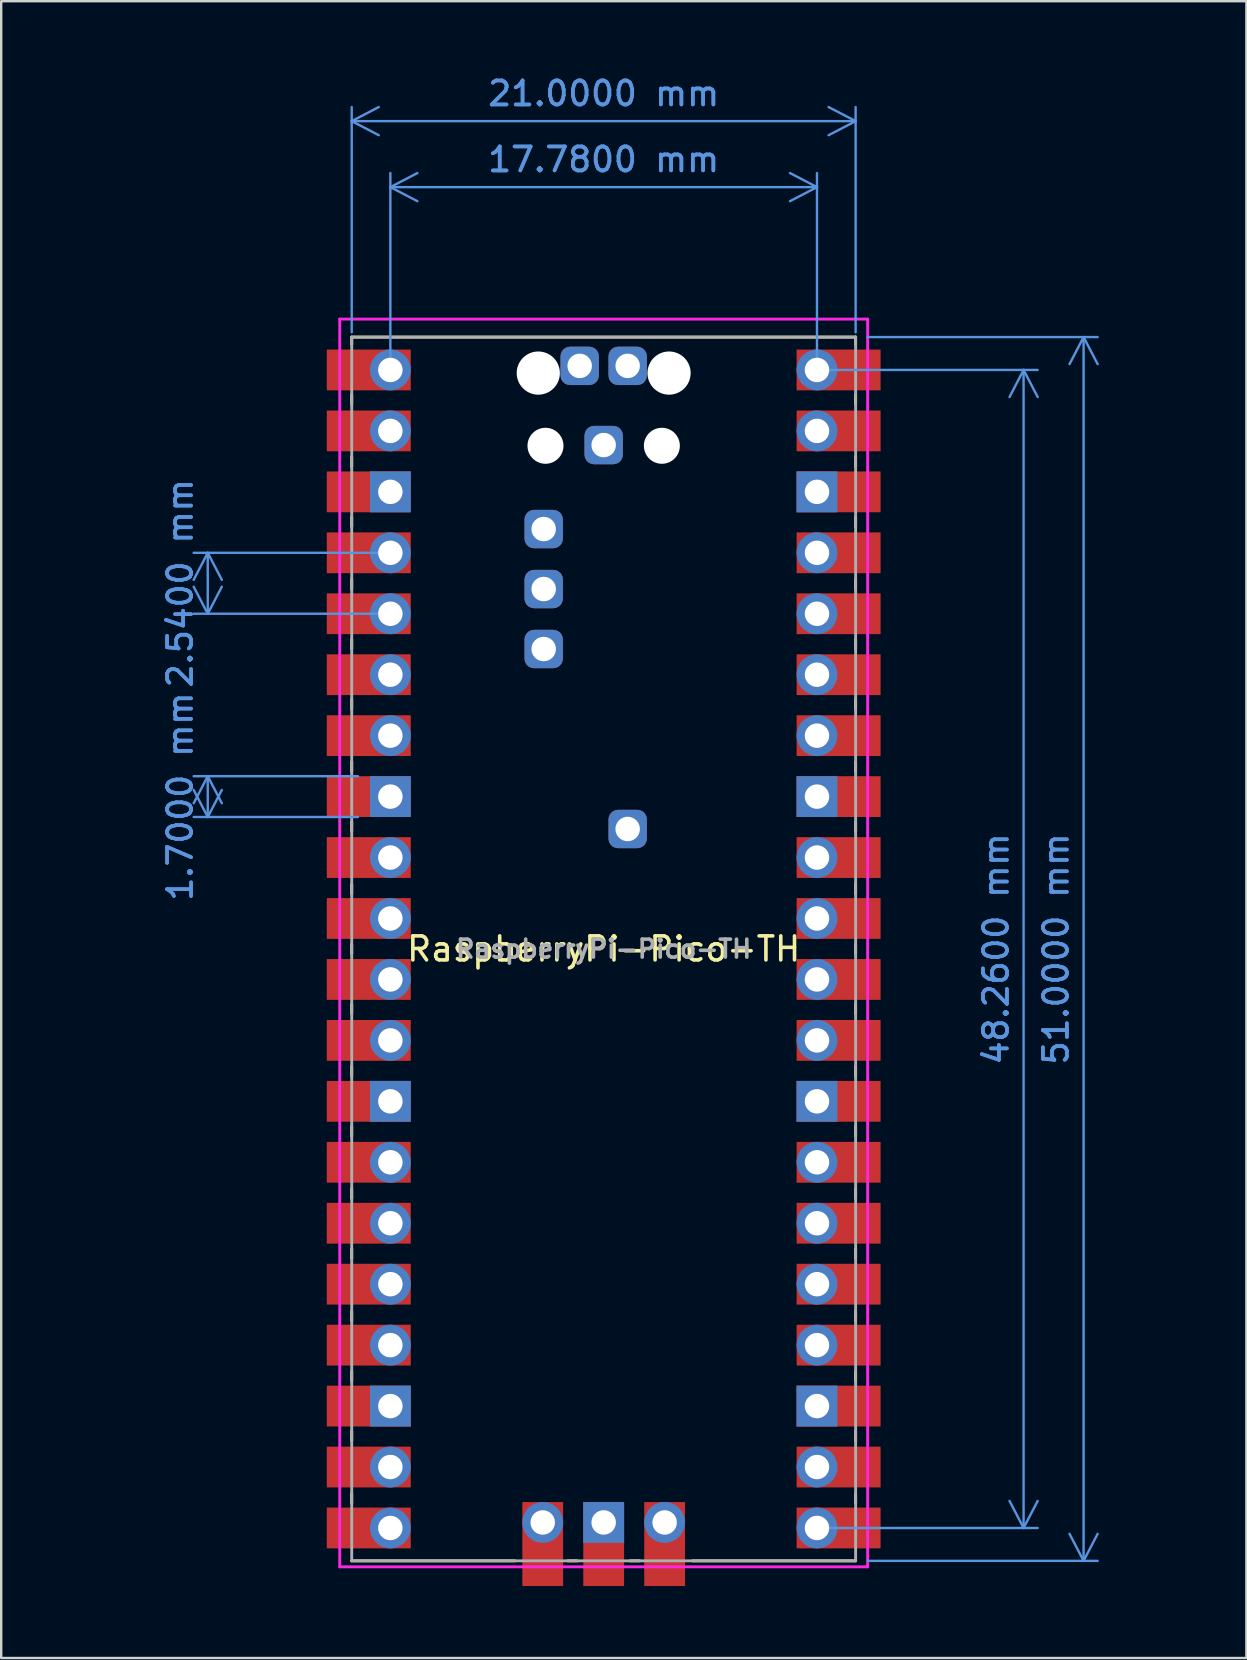
<source format=kicad_pcb>
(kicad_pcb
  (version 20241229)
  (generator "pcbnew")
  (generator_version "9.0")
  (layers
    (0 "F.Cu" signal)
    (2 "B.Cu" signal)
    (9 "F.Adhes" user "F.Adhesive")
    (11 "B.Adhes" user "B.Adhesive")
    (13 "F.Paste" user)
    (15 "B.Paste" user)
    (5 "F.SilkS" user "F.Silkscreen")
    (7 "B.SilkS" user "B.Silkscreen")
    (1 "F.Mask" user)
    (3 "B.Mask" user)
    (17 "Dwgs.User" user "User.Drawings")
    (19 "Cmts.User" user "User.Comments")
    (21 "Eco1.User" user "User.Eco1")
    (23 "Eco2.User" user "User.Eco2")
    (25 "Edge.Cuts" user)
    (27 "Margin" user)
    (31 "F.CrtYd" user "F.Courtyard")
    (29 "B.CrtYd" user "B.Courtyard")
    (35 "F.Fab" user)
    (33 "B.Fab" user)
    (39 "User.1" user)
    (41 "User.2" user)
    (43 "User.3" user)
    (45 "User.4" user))
  (footprint "RaspberryPi-Pico-TH"
    (layer "F.Cu")
    (at 11.608 61.998)
    (property "Reference" "RaspberryPi-Pico-TH" (at 10.5 -25.5 0) (layer "F.SilkS") (effects (font (size 1 1) (thickness 0.15))))
    (attr through_hole)
    (fp_line (start 0 -51) (end 0 -50.7) (stroke (width 0.12) (type solid)) (layer "F.SilkS"))
    (fp_line (start 0 -51) (end 21 -51) (stroke (width 0.12) (type solid)) (layer "F.SilkS"))
    (fp_line (start 0 -48.6) (end 0 -48.2) (stroke (width 0.12) (type solid)) (layer "F.SilkS"))
    (fp_line (start 0 -46) (end 0 -45.6) (stroke (width 0.12) (type solid)) (layer "F.SilkS"))
    (fp_line (start 0 -43.5) (end 0 -43.1) (stroke (width 0.12) (type solid)) (layer "F.SilkS"))
    (fp_line (start 0 -40.9) (end 0 -40.5) (stroke (width 0.12) (type solid)) (layer "F.SilkS"))
    (fp_line (start 0 -38.4) (end 0 -38) (stroke (width 0.12) (type solid)) (layer "F.SilkS"))
    (fp_line (start 0 -35.9) (end 0 -35.5) (stroke (width 0.12) (type solid)) (layer "F.SilkS"))
    (fp_line (start 0 -33.3) (end 0 -32.9) (stroke (width 0.12) (type solid)) (layer "F.SilkS"))
    (fp_line (start 0 -30.8) (end 0 -30.4) (stroke (width 0.12) (type solid)) (layer "F.SilkS"))
    (fp_line (start 0 -28.2) (end 0 -27.8) (stroke (width 0.12) (type solid)) (layer "F.SilkS"))
    (fp_line (start 0 -25.7) (end 0 -25.3) (stroke (width 0.12) (type solid)) (layer "F.SilkS"))
    (fp_line (start 0 -23.2) (end 0 -22.8) (stroke (width 0.12) (type solid)) (layer "F.SilkS"))
    (fp_line (start 0 -20.6) (end 0 -20.2) (stroke (width 0.12) (type solid)) (layer "F.SilkS"))
    (fp_line (start 0 -18.1) (end 0 -17.7) (stroke (width 0.12) (type solid)) (layer "F.SilkS"))
    (fp_line (start 0 -15.5) (end 0 -15.1) (stroke (width 0.12) (type solid)) (layer "F.SilkS"))
    (fp_line (start 0 -13) (end 0 -12.6) (stroke (width 0.12) (type solid)) (layer "F.SilkS"))
    (fp_line (start 0 -10.4) (end 0 -10) (stroke (width 0.12) (type solid)) (layer "F.SilkS"))
    (fp_line (start 0 -7.9) (end 0 -7.5) (stroke (width 0.12) (type solid)) (layer "F.SilkS"))
    (fp_line (start 0 -5.4) (end 0 -5) (stroke (width 0.12) (type solid)) (layer "F.SilkS"))
    (fp_line (start 0 -2.8) (end 0 -2.4) (stroke (width 0.12) (type solid)) (layer "F.SilkS"))
    (fp_line (start 6.8 0) (end 0 0) (stroke (width 0.12) (type solid)) (layer "F.SilkS"))
    (fp_line (start 9 0) (end 9.4 0) (stroke (width 0.12) (type solid)) (layer "F.SilkS"))
    (fp_line (start 11.6 0) (end 12 0) (stroke (width 0.12) (type solid)) (layer "F.SilkS"))
    (fp_line (start 21 -51) (end 21 -50.7) (stroke (width 0.12) (type solid)) (layer "F.SilkS"))
    (fp_line (start 21 -48.6) (end 21 -48.2) (stroke (width 0.12) (type solid)) (layer "F.SilkS"))
    (fp_line (start 21 -46) (end 21 -45.6) (stroke (width 0.12) (type solid)) (layer "F.SilkS"))
    (fp_line (start 21 -43.5) (end 21 -43.1) (stroke (width 0.12) (type solid)) (layer "F.SilkS"))
    (fp_line (start 21 -40.9) (end 21 -40.5) (stroke (width 0.12) (type solid)) (layer "F.SilkS"))
    (fp_line (start 21 -38.4) (end 21 -38) (stroke (width 0.12) (type solid)) (layer "F.SilkS"))
    (fp_line (start 21 -35.9) (end 21 -35.5) (stroke (width 0.12) (type solid)) (layer "F.SilkS"))
    (fp_line (start 21 -33.3) (end 21 -32.9) (stroke (width 0.12) (type solid)) (layer "F.SilkS"))
    (fp_line (start 21 -30.8) (end 21 -30.4) (stroke (width 0.12) (type solid)) (layer "F.SilkS"))
    (fp_line (start 21 -28.2) (end 21 -27.8) (stroke (width 0.12) (type solid)) (layer "F.SilkS"))
    (fp_line (start 21 -25.7) (end 21 -25.3) (stroke (width 0.12) (type solid)) (layer "F.SilkS"))
    (fp_line (start 21 -23.2) (end 21 -22.8) (stroke (width 0.12) (type solid)) (layer "F.SilkS"))
    (fp_line (start 21 -20.6) (end 21 -20.2) (stroke (width 0.12) (type solid)) (layer "F.SilkS"))
    (fp_line (start 21 -18.1) (end 21 -17.7) (stroke (width 0.12) (type solid)) (layer "F.SilkS"))
    (fp_line (start 21 -15.5) (end 21 -15.1) (stroke (width 0.12) (type solid)) (layer "F.SilkS"))
    (fp_line (start 21 -13) (end 21 -12.6) (stroke (width 0.12) (type solid)) (layer "F.SilkS"))
    (fp_line (start 21 -10.4) (end 21 -10) (stroke (width 0.12) (type solid)) (layer "F.SilkS"))
    (fp_line (start 21 -7.9) (end 21 -7.5) (stroke (width 0.12) (type solid)) (layer "F.SilkS"))
    (fp_line (start 21 -5.4) (end 21 -5) (stroke (width 0.12) (type solid)) (layer "F.SilkS"))
    (fp_line (start 21 -2.8) (end 21 -2.4) (stroke (width 0.12) (type solid)) (layer "F.SilkS"))
    (fp_line (start 21 0) (end 14.2 0) (stroke (width 0.12) (type solid)) (layer "F.SilkS"))
    (fp_line (start -0.5 -51.75) (end 21.5 -51.75) (stroke (width 0.12) (type solid)) (layer "F.CrtYd"))
    (fp_line (start -0.5 0.25) (end -0.5 -51.75) (stroke (width 0.12) (type solid)) (layer "F.CrtYd"))
    (fp_line (start 21.5 -51.75) (end 21.5 0.25) (stroke (width 0.12) (type solid)) (layer "F.CrtYd"))
    (fp_line (start 21.5 0.25) (end -0.5 0.25) (stroke (width 0.12) (type solid)) (layer "F.CrtYd"))
    (fp_line (start 0 -51) (end 21 -51) (stroke (width 0.12) (type solid)) (layer "F.Fab"))
    (fp_line (start 0 0) (end 0 -51) (stroke (width 0.12) (type solid)) (layer "F.Fab"))
    (fp_line (start 21 -51) (end 21 0) (stroke (width 0.12) (type solid)) (layer "F.Fab"))
    (fp_line (start 21 0) (end 0 0) (stroke (width 0.12) (type solid)) (layer "F.Fab"))
    (fp_text user "${REFERENCE}" (at 10.5 -25.5 180) (layer "F.Fab") (effects (font (size 0.75 0.75) (thickness 0.15))))
    (dimension (type aligned) (layer "Cmts.User") (pts (xy 13.218 19.988) (xy 13.218 22.528)) (height 7.61) (format (prefix "") (suffix "") (units 3) (units_format 1) (precision 4)) (style (thickness 0.1) (arrow_length 1.27) (text_position_mode 0) (arrow_direction outward) (extension_height 0.586) (extension_offset 0.5) (keep_text_aligned yes)) (gr_text "2.5400 mm" (at 4.458 21.258 90) (layer "Cmts.User") (effects (font (size 1 1) (thickness 0.15)))))
    (dimension (type aligned) (layer "Cmts.User") (pts (xy 12.368 29.298) (xy 12.368 30.998)) (height 6.76) (format (prefix "") (suffix "") (units 3) (units_format 1) (precision 4)) (style (thickness 0.1) (arrow_length 1.27) (text_position_mode 0) (arrow_direction outward) (extension_height 0.586) (extension_offset 0.5) (keep_text_aligned yes)) (gr_text "1.7000 mm" (at 4.458 30.148 90) (layer "Cmts.User") (effects (font (size 1 1) (thickness 0.15)))))
    (dimension (type aligned) (layer "Cmts.User") (pts (xy 32.608 10.998) (xy 32.608 61.998)) (height -9.5) (format (prefix "") (suffix "") (units 3) (units_format 1) (precision 4)) (style (thickness 0.1) (arrow_length 1.27) (text_position_mode 0) (arrow_direction outward) (extension_height 0.586) (extension_offset 0.5) (keep_text_aligned yes)) (gr_text "51.0000 mm" (at 40.958 36.498 90) (layer "Cmts.User") (effects (font (size 1 1) (thickness 0.15)))))
    (dimension (type aligned) (layer "Cmts.User") (pts (xy 13.218 12.368) (xy 30.998 12.368)) (height -7.62) (format (prefix "") (suffix "") (units 3) (units_format 1) (precision 4)) (style (thickness 0.1) (arrow_length 1.27) (text_position_mode 0) (arrow_direction outward) (extension_height 0.586) (extension_offset 0.5) (keep_text_aligned yes)) (gr_text "17.7800 mm" (at 22.108 3.598 0) (layer "Cmts.User") (effects (font (size 1 1) (thickness 0.15)))))
    (dimension (type aligned) (layer "Cmts.User") (pts (xy 30.998 12.368) (xy 30.998 60.628)) (height -8.61) (format (prefix "") (suffix "") (units 3) (units_format 1) (precision 4)) (style (thickness 0.1) (arrow_length 1.27) (text_position_mode 0) (arrow_direction outward) (extension_height 0.586) (extension_offset 0.5) (keep_text_aligned yes)) (gr_text "48.2600 mm" (at 38.458 36.498 90) (layer "Cmts.User") (effects (font (size 1 1) (thickness 0.15)))))
    (dimension (type aligned) (layer "Cmts.User") (pts (xy 11.608 11.298) (xy 32.608 11.298)) (height -9.3) (format (prefix "") (suffix "") (units 3) (units_format 1) (precision 4)) (style (thickness 0.1) (arrow_length 1.27) (text_position_mode 0) (arrow_direction outward) (extension_height 0.586) (extension_offset 0.5) (keep_text_aligned yes)) (gr_text "21.0000 mm" (at 22.108 0.848 0) (layer "Cmts.User") (effects (font (size 1 1) (thickness 0.15)))))
    (pad "" np_thru_hole oval (at 7.775 -49.5) (size 1.8 1.8) (drill 1.8) (layers "*.Cu" "*.Mask"))
    (pad "" np_thru_hole oval (at 8.075 -46.47) (size 1.5 1.5) (drill 1.5) (layers "*.Cu" "*.Mask"))
    (pad "" np_thru_hole oval (at 12.925 -46.47) (size 1.5 1.5) (drill 1.5) (layers "*.Cu" "*.Mask"))
    (pad "" np_thru_hole oval (at 13.225 -49.5) (size 1.8 1.8) (drill 1.8) (layers "*.Cu" "*.Mask"))
    (pad "1" thru_hole oval (at 1.61 -49.63) (size 1.7 1.7) (drill 1.02) (layers "*.Cu" "*.Mask"))
    (pad "1" smd rect (at 1.61 -49.63) (size 3.5 1.7) (drill (offset -0.9 0)) (layers "F.Cu" "F.Mask"))
    (pad "2" thru_hole oval (at 1.61 -47.09) (size 1.7 1.7) (drill 1.02) (layers "*.Cu" "*.Mask"))
    (pad "2" smd rect (at 1.61 -47.09) (size 3.5 1.7) (drill (offset -0.9 0)) (layers "F.Cu" "F.Mask"))
    (pad "3" thru_hole rect (at 1.61 -44.55) (size 1.7 1.7) (drill 1.02) (layers "*.Cu" "*.Mask"))
    (pad "3" smd rect (at 1.61 -44.55) (size 3.5 1.7) (drill (offset -0.9 0)) (layers "F.Cu" "F.Mask"))
    (pad "4" thru_hole oval (at 1.61 -42.01) (size 1.7 1.7) (drill 1.02) (layers "*.Cu" "*.Mask"))
    (pad "4" smd rect (at 1.61 -42.01) (size 3.5 1.7) (drill (offset -0.9 0)) (layers "F.Cu" "F.Mask"))
    (pad "5" thru_hole oval (at 1.61 -39.47) (size 1.7 1.7) (drill 1.02) (layers "*.Cu" "*.Mask"))
    (pad "5" smd rect (at 1.61 -39.47) (size 3.5 1.7) (drill (offset -0.9 0)) (layers "F.Cu" "F.Mask"))
    (pad "6" thru_hole oval (at 1.61 -36.93) (size 1.7 1.7) (drill 1.02) (layers "*.Cu" "*.Mask"))
    (pad "6" smd rect (at 1.61 -36.93) (size 3.5 1.7) (drill (offset -0.9 0)) (layers "F.Cu" "F.Mask"))
    (pad "7" thru_hole oval (at 1.61 -34.39) (size 1.7 1.7) (drill 1.02) (layers "*.Cu" "*.Mask"))
    (pad "7" smd rect (at 1.61 -34.39) (size 3.5 1.7) (drill (offset -0.9 0)) (layers "F.Cu" "F.Mask"))
    (pad "8" thru_hole rect (at 1.61 -31.85) (size 1.7 1.7) (drill 1.02) (layers "*.Cu" "*.Mask"))
    (pad "8" smd rect (at 1.61 -31.85) (size 3.5 1.7) (drill (offset -0.9 0)) (layers "F.Cu" "F.Mask"))
    (pad "9" thru_hole oval (at 1.61 -29.31) (size 1.7 1.7) (drill 1.02) (layers "*.Cu" "*.Mask"))
    (pad "9" smd rect (at 1.61 -29.31) (size 3.5 1.7) (drill (offset -0.9 0)) (layers "F.Cu" "F.Mask"))
    (pad "10" thru_hole oval (at 1.61 -26.77) (size 1.7 1.7) (drill 1.02) (layers "*.Cu" "*.Mask"))
    (pad "10" smd rect (at 1.61 -26.77) (size 3.5 1.7) (drill (offset -0.9 0)) (layers "F.Cu" "F.Mask"))
    (pad "11" thru_hole oval (at 1.61 -24.23) (size 1.7 1.7) (drill 1.02) (layers "*.Cu" "*.Mask"))
    (pad "11" smd rect (at 1.61 -24.23) (size 3.5 1.7) (drill (offset -0.9 0)) (layers "F.Cu" "F.Mask"))
    (pad "12" thru_hole oval (at 1.61 -21.69) (size 1.7 1.7) (drill 1.02) (layers "*.Cu" "*.Mask"))
    (pad "12" smd rect (at 1.61 -21.69) (size 3.5 1.7) (drill (offset -0.9 0)) (layers "F.Cu" "F.Mask"))
    (pad "13" thru_hole rect (at 1.61 -19.15) (size 1.7 1.7) (drill 1.02) (layers "*.Cu" "*.Mask"))
    (pad "13" smd rect (at 1.61 -19.15) (size 3.5 1.7) (drill (offset -0.9 0)) (layers "F.Cu" "F.Mask"))
    (pad "14" thru_hole oval (at 1.61 -16.61) (size 1.7 1.7) (drill 1.02) (layers "*.Cu" "*.Mask"))
    (pad "14" smd rect (at 1.61 -16.61) (size 3.5 1.7) (drill (offset -0.9 0)) (layers "F.Cu" "F.Mask"))
    (pad "15" thru_hole oval (at 1.61 -14.07) (size 1.7 1.7) (drill 1.02) (layers "*.Cu" "*.Mask"))
    (pad "15" smd rect (at 1.61 -14.07) (size 3.5 1.7) (drill (offset -0.9 0)) (layers "F.Cu" "F.Mask"))
    (pad "16" thru_hole oval (at 1.61 -11.53) (size 1.7 1.7) (drill 1.02) (layers "*.Cu" "*.Mask"))
    (pad "16" smd rect (at 1.61 -11.53) (size 3.5 1.7) (drill (offset -0.9 0)) (layers "F.Cu" "F.Mask"))
    (pad "17" thru_hole oval (at 1.61 -8.99) (size 1.7 1.7) (drill 1.02) (layers "*.Cu" "*.Mask"))
    (pad "17" smd rect (at 1.61 -8.99) (size 3.5 1.7) (drill (offset -0.9 0)) (layers "F.Cu" "F.Mask"))
    (pad "18" thru_hole rect (at 1.61 -6.45) (size 1.7 1.7) (drill 1.02) (layers "*.Cu" "*.Mask"))
    (pad "18" smd rect (at 1.61 -6.45) (size 3.5 1.7) (drill (offset -0.9 0)) (layers "F.Cu" "F.Mask"))
    (pad "19" thru_hole oval (at 1.61 -3.91) (size 1.7 1.7) (drill 1.02) (layers "*.Cu" "*.Mask"))
    (pad "19" smd rect (at 1.61 -3.91) (size 3.5 1.7) (drill (offset -0.9 0)) (layers "F.Cu" "F.Mask"))
    (pad "20" thru_hole oval (at 1.61 -1.37) (size 1.7 1.7) (drill 1.02) (layers "*.Cu" "*.Mask"))
    (pad "20" smd rect (at 1.61 -1.37) (size 3.5 1.7) (drill (offset -0.9 0)) (layers "F.Cu" "F.Mask"))
    (pad "21" thru_hole oval (at 19.39 -1.37) (size 1.7 1.7) (drill 1.02) (layers "*.Cu" "*.Mask"))
    (pad "21" smd rect (at 19.39 -1.37) (size 3.5 1.7) (drill (offset 0.9 0)) (layers "F.Cu" "F.Mask"))
    (pad "22" thru_hole oval (at 19.39 -3.91) (size 1.7 1.7) (drill 1.02) (layers "*.Cu" "*.Mask"))
    (pad "22" smd rect (at 19.39 -3.91) (size 3.5 1.7) (drill (offset 0.9 0)) (layers "F.Cu" "F.Mask"))
    (pad "23" thru_hole rect (at 19.39 -6.45) (size 1.7 1.7) (drill 1.02) (layers "*.Cu" "*.Mask"))
    (pad "23" smd rect (at 19.39 -6.45) (size 3.5 1.7) (drill (offset 0.9 0)) (layers "F.Cu" "F.Mask"))
    (pad "24" thru_hole oval (at 19.39 -8.99) (size 1.7 1.7) (drill 1.02) (layers "*.Cu" "*.Mask"))
    (pad "24" smd rect (at 19.39 -8.99) (size 3.5 1.7) (drill (offset 0.9 0)) (layers "F.Cu" "F.Mask"))
    (pad "25" thru_hole oval (at 19.39 -11.53) (size 1.7 1.7) (drill 1.02) (layers "*.Cu" "*.Mask"))
    (pad "25" smd rect (at 19.39 -11.53) (size 3.5 1.7) (drill (offset 0.9 0)) (layers "F.Cu" "F.Mask"))
    (pad "26" thru_hole oval (at 19.39 -14.07) (size 1.7 1.7) (drill 1.02) (layers "*.Cu" "*.Mask"))
    (pad "26" smd rect (at 19.39 -14.07) (size 3.5 1.7) (drill (offset 0.9 0)) (layers "F.Cu" "F.Mask"))
    (pad "27" thru_hole oval (at 19.39 -16.61) (size 1.7 1.7) (drill 1.02) (layers "*.Cu" "*.Mask"))
    (pad "27" smd rect (at 19.39 -16.61) (size 3.5 1.7) (drill (offset 0.9 0)) (layers "F.Cu" "F.Mask"))
    (pad "28" thru_hole rect (at 19.39 -19.15) (size 1.7 1.7) (drill 1.02) (layers "*.Cu" "*.Mask"))
    (pad "28" smd rect (at 19.39 -19.15) (size 3.5 1.7) (drill (offset 0.9 0)) (layers "F.Cu" "F.Mask"))
    (pad "29" thru_hole oval (at 19.39 -21.69) (size 1.7 1.7) (drill 1.02) (layers "*.Cu" "*.Mask"))
    (pad "29" smd rect (at 19.39 -21.69) (size 3.5 1.7) (drill (offset 0.9 0)) (layers "F.Cu" "F.Mask"))
    (pad "30" thru_hole oval (at 19.39 -24.23) (size 1.7 1.7) (drill 1.02) (layers "*.Cu" "*.Mask"))
    (pad "30" smd rect (at 19.39 -24.23) (size 3.5 1.7) (drill (offset 0.9 0)) (layers "F.Cu" "F.Mask"))
    (pad "31" thru_hole oval (at 19.39 -26.77) (size 1.7 1.7) (drill 1.02) (layers "*.Cu" "*.Mask"))
    (pad "31" smd rect (at 19.39 -26.77) (size 3.5 1.7) (drill (offset 0.9 0)) (layers "F.Cu" "F.Mask"))
    (pad "32" thru_hole oval (at 19.39 -29.31) (size 1.7 1.7) (drill 1.02) (layers "*.Cu" "*.Mask"))
    (pad "32" smd rect (at 19.39 -29.31) (size 3.5 1.7) (drill (offset 0.9 0)) (layers "F.Cu" "F.Mask"))
    (pad "33" thru_hole rect (at 19.39 -31.85) (size 1.7 1.7) (drill 1.02) (layers "*.Cu" "*.Mask"))
    (pad "33" smd rect (at 19.39 -31.85) (size 3.5 1.7) (drill (offset 0.9 0)) (layers "F.Cu" "F.Mask"))
    (pad "34" thru_hole oval (at 19.39 -34.39) (size 1.7 1.7) (drill 1.02) (layers "*.Cu" "*.Mask"))
    (pad "34" smd rect (at 19.39 -34.39) (size 3.5 1.7) (drill (offset 0.9 0)) (layers "F.Cu" "F.Mask"))
    (pad "35" thru_hole oval (at 19.39 -36.93) (size 1.7 1.7) (drill 1.02) (layers "*.Cu" "*.Mask"))
    (pad "35" smd rect (at 19.39 -36.93) (size 3.5 1.7) (drill (offset 0.9 0)) (layers "F.Cu" "F.Mask"))
    (pad "36" thru_hole oval (at 19.39 -39.47) (size 1.7 1.7) (drill 1.02) (layers "*.Cu" "*.Mask"))
    (pad "36" smd rect (at 19.39 -39.47) (size 3.5 1.7) (drill (offset 0.9 0)) (layers "F.Cu" "F.Mask"))
    (pad "37" thru_hole oval (at 19.39 -42.01) (size 1.7 1.7) (drill 1.02) (layers "*.Cu" "*.Mask"))
    (pad "37" smd rect (at 19.39 -42.01) (size 3.5 1.7) (drill (offset 0.9 0)) (layers "F.Cu" "F.Mask"))
    (pad "38" thru_hole rect (at 19.39 -44.55) (size 1.7 1.7) (drill 1.02) (layers "*.Cu" "*.Mask"))
    (pad "38" smd rect (at 19.39 -44.55) (size 3.5 1.7) (drill (offset 0.9 0)) (layers "F.Cu" "F.Mask"))
    (pad "39" thru_hole oval (at 19.39 -47.09) (size 1.7 1.7) (drill 1.02) (layers "*.Cu" "*.Mask"))
    (pad "39" smd rect (at 19.39 -47.09) (size 3.5 1.7) (drill (offset 0.9 0)) (layers "F.Cu" "F.Mask"))
    (pad "40" thru_hole oval (at 19.39 -49.63) (size 1.7 1.7) (drill 1.02) (layers "*.Cu" "*.Mask"))
    (pad "40" smd rect (at 19.39 -49.63) (size 3.5 1.7) (drill (offset 0.9 0)) (layers "F.Cu" "F.Mask"))
    (pad "41" thru_hole oval (at 7.96 -1.6) (size 1.7 1.7) (drill 1.02) (layers "*.Cu" "*.Mask"))
    (pad "41" smd rect (at 7.96 -1.6 90) (size 3.5 1.7) (drill (offset -0.9 0)) (layers "F.Cu" "F.Mask"))
    (pad "42" thru_hole rect (at 10.5 -1.6) (size 1.7 1.7) (drill 1.02) (layers "*.Cu" "*.Mask"))
    (pad "42" smd rect (at 10.5 -1.6 90) (size 3.5 1.7) (drill (offset -0.9 0)) (layers "F.Cu" "F.Mask"))
    (pad "43" thru_hole oval (at 13.04 -1.6) (size 1.7 1.7) (drill 1.02) (layers "*.Cu" "*.Mask"))
    (pad "43" smd rect (at 13.04 -1.6 90) (size 3.5 1.7) (drill (offset -0.9 0)) (layers "F.Cu" "F.Mask"))
    (pad "44" thru_hole roundrect (at 10.5 -46.5) (size 1.6 1.6) (drill 1.02) (layers "*.Cu" "*.Mask") (roundrect_rratio 0.25))
    (pad "45" thru_hole roundrect (at 11.5 -49.8) (size 1.6 1.6) (drill 1.02) (layers "*.Cu" "*.Mask") (roundrect_rratio 0.25))
    (pad "46" thru_hole roundrect (at 9.5 -49.8) (size 1.6 1.6) (drill 1.02) (layers "*.Cu" "*.Mask") (roundrect_rratio 0.25))
    (pad "47" thru_hole roundrect (at 8 -43) (size 1.6 1.6) (drill 1.02) (layers "*.Cu" "*.Mask") (roundrect_rratio 0.25))
    (pad "48" thru_hole roundrect (at 8 -40.5) (size 1.6 1.6) (drill 1.02) (layers "*.Cu" "*.Mask") (roundrect_rratio 0.25))
    (pad "49" thru_hole roundrect (at 8 -38) (size 1.6 1.6) (drill 1.02) (layers "*.Cu" "*.Mask") (roundrect_rratio 0.25))
    (pad "50" thru_hole roundrect (at 11.5 -30.5) (size 1.6 1.6) (drill 1.02) (layers "*.Cu" "*.Mask") (roundrect_rratio 0.25)))
  (gr_rect
    (start -3 -3)
    (end 48.893 66.048)
    (stroke (width 0.1) (type default))
    (fill no)
    (layer "Edge.Cuts")))
</source>
